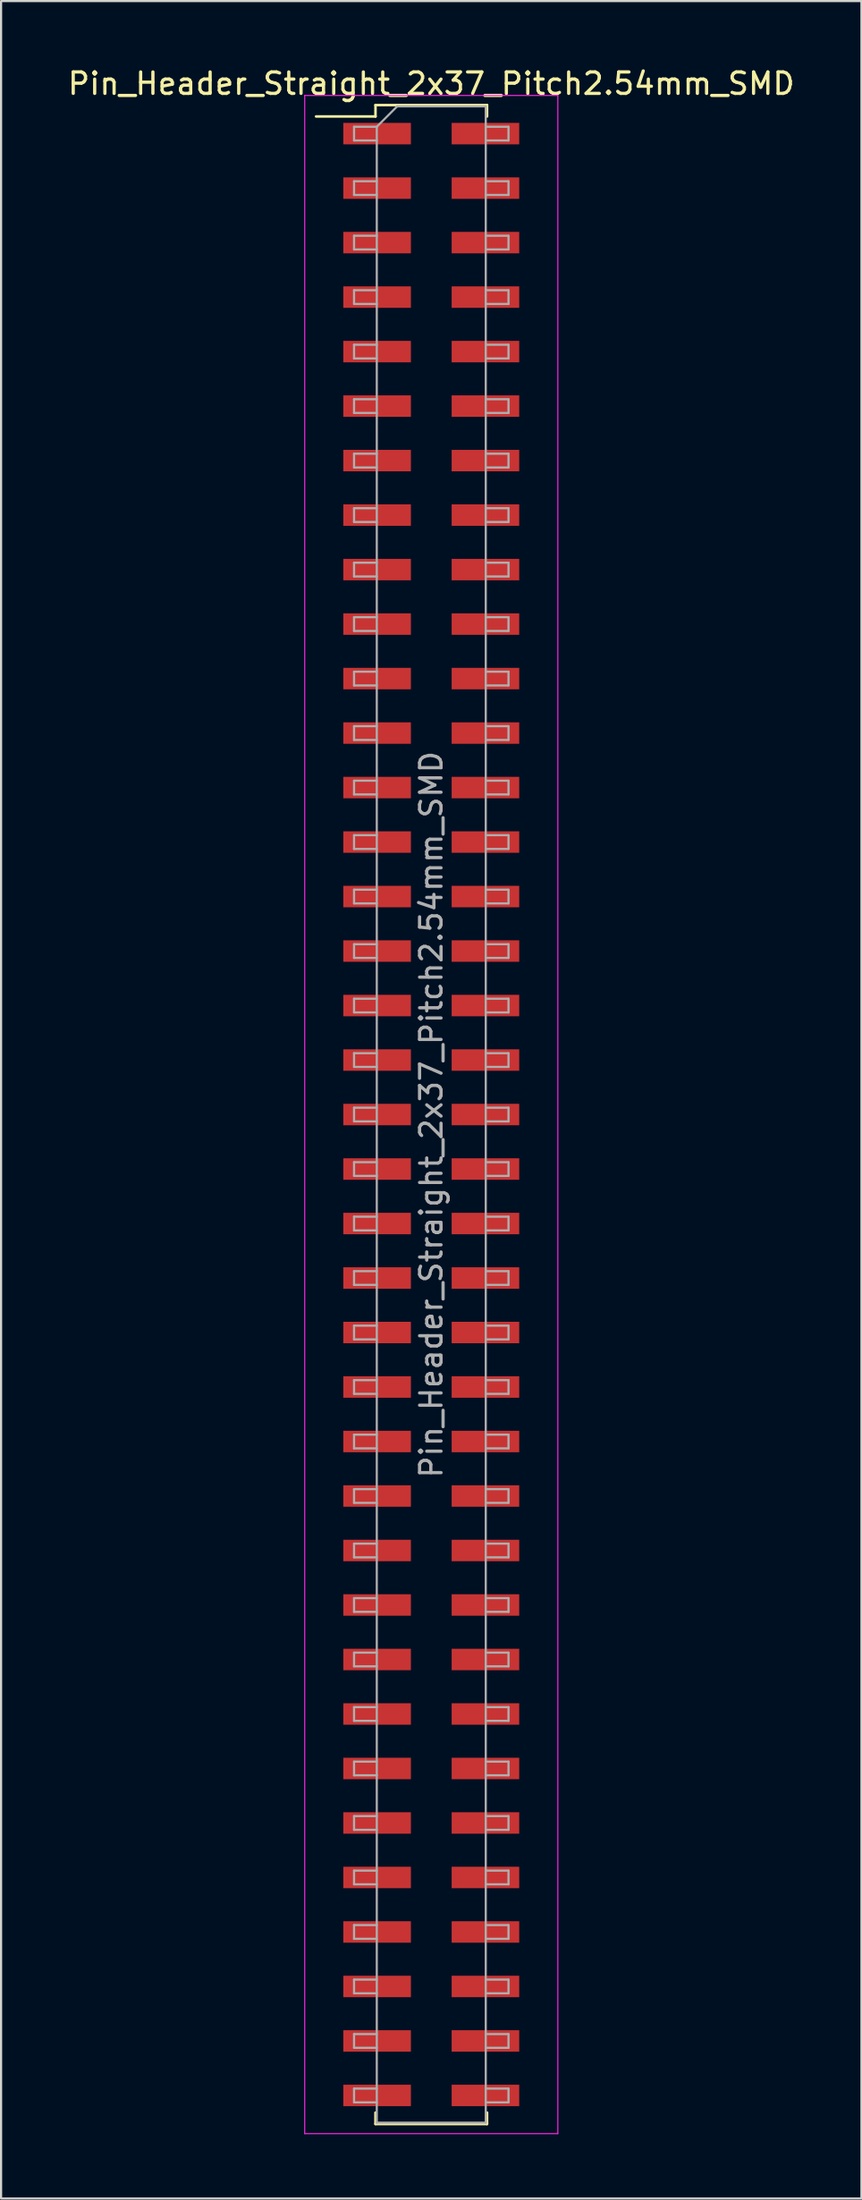
<source format=kicad_pcb>
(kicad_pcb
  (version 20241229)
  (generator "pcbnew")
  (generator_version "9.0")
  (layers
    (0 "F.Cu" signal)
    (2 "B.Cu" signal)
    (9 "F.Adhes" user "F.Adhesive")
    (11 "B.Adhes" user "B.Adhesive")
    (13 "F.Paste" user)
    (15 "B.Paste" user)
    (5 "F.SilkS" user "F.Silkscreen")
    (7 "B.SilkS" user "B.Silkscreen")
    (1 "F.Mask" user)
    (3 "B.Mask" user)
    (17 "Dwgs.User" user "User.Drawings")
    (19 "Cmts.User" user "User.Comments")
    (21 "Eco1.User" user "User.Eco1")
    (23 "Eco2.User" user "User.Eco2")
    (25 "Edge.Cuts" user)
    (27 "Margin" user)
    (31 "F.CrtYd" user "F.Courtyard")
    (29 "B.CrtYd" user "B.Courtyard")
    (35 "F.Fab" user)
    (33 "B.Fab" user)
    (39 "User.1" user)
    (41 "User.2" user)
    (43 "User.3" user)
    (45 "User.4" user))
  (footprint "Pin_Header_Straight_2x37_Pitch2.54mm_SMD"
    (layer "F.Cu")
    (at 17.054 48.898)
    (property "Reference" "Pin_Header_Straight_2x37_Pitch2.54mm_SMD" (at 0 -48.05 0) (layer "F.SilkS") (effects (font (size 1 1) (thickness 0.15))))
    (attr smd)
    (fp_line (start -5.37 -46.52) (end -2.6 -46.52) (stroke (width 0.12) (type solid)) (layer "F.SilkS"))
    (fp_line (start -2.6 -47.05) (end 2.6 -47.05) (stroke (width 0.12) (type solid)) (layer "F.SilkS"))
    (fp_line (start -2.6 -46.52) (end -2.6 -47.05) (stroke (width 0.12) (type solid)) (layer "F.SilkS"))
    (fp_line (start -2.6 46.52) (end -2.6 47.05) (stroke (width 0.12) (type solid)) (layer "F.SilkS"))
    (fp_line (start -2.6 47.05) (end 2.6 47.05) (stroke (width 0.12) (type solid)) (layer "F.SilkS"))
    (fp_line (start 2.6 -47.05) (end 2.6 -46.52) (stroke (width 0.12) (type solid)) (layer "F.SilkS"))
    (fp_line (start 2.6 47.05) (end 2.6 46.52) (stroke (width 0.12) (type solid)) (layer "F.SilkS"))
    (fp_line (start -5.9 -47.5) (end -5.9 47.5) (stroke (width 0.05) (type solid)) (layer "F.CrtYd"))
    (fp_line (start -5.9 47.5) (end 5.9 47.5) (stroke (width 0.05) (type solid)) (layer "F.CrtYd"))
    (fp_line (start 5.9 -47.5) (end -5.9 -47.5) (stroke (width 0.05) (type solid)) (layer "F.CrtYd"))
    (fp_line (start 5.9 47.5) (end 5.9 -47.5) (stroke (width 0.05) (type solid)) (layer "F.CrtYd"))
    (fp_line (start -3.6 -46.04) (end -3.6 -45.4) (stroke (width 0.1) (type solid)) (layer "F.Fab"))
    (fp_line (start -3.6 -45.4) (end -2.54 -45.4) (stroke (width 0.1) (type solid)) (layer "F.Fab"))
    (fp_line (start -3.6 -43.5) (end -3.6 -42.86) (stroke (width 0.1) (type solid)) (layer "F.Fab"))
    (fp_line (start -3.6 -42.86) (end -2.54 -42.86) (stroke (width 0.1) (type solid)) (layer "F.Fab"))
    (fp_line (start -3.6 -40.96) (end -3.6 -40.32) (stroke (width 0.1) (type solid)) (layer "F.Fab"))
    (fp_line (start -3.6 -40.32) (end -2.54 -40.32) (stroke (width 0.1) (type solid)) (layer "F.Fab"))
    (fp_line (start -3.6 -38.42) (end -3.6 -37.78) (stroke (width 0.1) (type solid)) (layer "F.Fab"))
    (fp_line (start -3.6 -37.78) (end -2.54 -37.78) (stroke (width 0.1) (type solid)) (layer "F.Fab"))
    (fp_line (start -3.6 -35.88) (end -3.6 -35.24) (stroke (width 0.1) (type solid)) (layer "F.Fab"))
    (fp_line (start -3.6 -35.24) (end -2.54 -35.24) (stroke (width 0.1) (type solid)) (layer "F.Fab"))
    (fp_line (start -3.6 -33.34) (end -3.6 -32.7) (stroke (width 0.1) (type solid)) (layer "F.Fab"))
    (fp_line (start -3.6 -32.7) (end -2.54 -32.7) (stroke (width 0.1) (type solid)) (layer "F.Fab"))
    (fp_line (start -3.6 -30.8) (end -3.6 -30.16) (stroke (width 0.1) (type solid)) (layer "F.Fab"))
    (fp_line (start -3.6 -30.16) (end -2.54 -30.16) (stroke (width 0.1) (type solid)) (layer "F.Fab"))
    (fp_line (start -3.6 -28.26) (end -3.6 -27.62) (stroke (width 0.1) (type solid)) (layer "F.Fab"))
    (fp_line (start -3.6 -27.62) (end -2.54 -27.62) (stroke (width 0.1) (type solid)) (layer "F.Fab"))
    (fp_line (start -3.6 -25.72) (end -3.6 -25.08) (stroke (width 0.1) (type solid)) (layer "F.Fab"))
    (fp_line (start -3.6 -25.08) (end -2.54 -25.08) (stroke (width 0.1) (type solid)) (layer "F.Fab"))
    (fp_line (start -3.6 -23.18) (end -3.6 -22.54) (stroke (width 0.1) (type solid)) (layer "F.Fab"))
    (fp_line (start -3.6 -22.54) (end -2.54 -22.54) (stroke (width 0.1) (type solid)) (layer "F.Fab"))
    (fp_line (start -3.6 -20.64) (end -3.6 -20) (stroke (width 0.1) (type solid)) (layer "F.Fab"))
    (fp_line (start -3.6 -20) (end -2.54 -20) (stroke (width 0.1) (type solid)) (layer "F.Fab"))
    (fp_line (start -3.6 -18.1) (end -3.6 -17.46) (stroke (width 0.1) (type solid)) (layer "F.Fab"))
    (fp_line (start -3.6 -17.46) (end -2.54 -17.46) (stroke (width 0.1) (type solid)) (layer "F.Fab"))
    (fp_line (start -3.6 -15.56) (end -3.6 -14.92) (stroke (width 0.1) (type solid)) (layer "F.Fab"))
    (fp_line (start -3.6 -14.92) (end -2.54 -14.92) (stroke (width 0.1) (type solid)) (layer "F.Fab"))
    (fp_line (start -3.6 -13.02) (end -3.6 -12.38) (stroke (width 0.1) (type solid)) (layer "F.Fab"))
    (fp_line (start -3.6 -12.38) (end -2.54 -12.38) (stroke (width 0.1) (type solid)) (layer "F.Fab"))
    (fp_line (start -3.6 -10.48) (end -3.6 -9.84) (stroke (width 0.1) (type solid)) (layer "F.Fab"))
    (fp_line (start -3.6 -9.84) (end -2.54 -9.84) (stroke (width 0.1) (type solid)) (layer "F.Fab"))
    (fp_line (start -3.6 -7.94) (end -3.6 -7.3) (stroke (width 0.1) (type solid)) (layer "F.Fab"))
    (fp_line (start -3.6 -7.3) (end -2.54 -7.3) (stroke (width 0.1) (type solid)) (layer "F.Fab"))
    (fp_line (start -3.6 -5.4) (end -3.6 -4.76) (stroke (width 0.1) (type solid)) (layer "F.Fab"))
    (fp_line (start -3.6 -4.76) (end -2.54 -4.76) (stroke (width 0.1) (type solid)) (layer "F.Fab"))
    (fp_line (start -3.6 -2.86) (end -3.6 -2.22) (stroke (width 0.1) (type solid)) (layer "F.Fab"))
    (fp_line (start -3.6 -2.22) (end -2.54 -2.22) (stroke (width 0.1) (type solid)) (layer "F.Fab"))
    (fp_line (start -3.6 -0.32) (end -3.6 0.32) (stroke (width 0.1) (type solid)) (layer "F.Fab"))
    (fp_line (start -3.6 0.32) (end -2.54 0.32) (stroke (width 0.1) (type solid)) (layer "F.Fab"))
    (fp_line (start -3.6 2.22) (end -3.6 2.86) (stroke (width 0.1) (type solid)) (layer "F.Fab"))
    (fp_line (start -3.6 2.86) (end -2.54 2.86) (stroke (width 0.1) (type solid)) (layer "F.Fab"))
    (fp_line (start -3.6 4.76) (end -3.6 5.4) (stroke (width 0.1) (type solid)) (layer "F.Fab"))
    (fp_line (start -3.6 5.4) (end -2.54 5.4) (stroke (width 0.1) (type solid)) (layer "F.Fab"))
    (fp_line (start -3.6 7.3) (end -3.6 7.94) (stroke (width 0.1) (type solid)) (layer "F.Fab"))
    (fp_line (start -3.6 7.94) (end -2.54 7.94) (stroke (width 0.1) (type solid)) (layer "F.Fab"))
    (fp_line (start -3.6 9.84) (end -3.6 10.48) (stroke (width 0.1) (type solid)) (layer "F.Fab"))
    (fp_line (start -3.6 10.48) (end -2.54 10.48) (stroke (width 0.1) (type solid)) (layer "F.Fab"))
    (fp_line (start -3.6 12.38) (end -3.6 13.02) (stroke (width 0.1) (type solid)) (layer "F.Fab"))
    (fp_line (start -3.6 13.02) (end -2.54 13.02) (stroke (width 0.1) (type solid)) (layer "F.Fab"))
    (fp_line (start -3.6 14.92) (end -3.6 15.56) (stroke (width 0.1) (type solid)) (layer "F.Fab"))
    (fp_line (start -3.6 15.56) (end -2.54 15.56) (stroke (width 0.1) (type solid)) (layer "F.Fab"))
    (fp_line (start -3.6 17.46) (end -3.6 18.1) (stroke (width 0.1) (type solid)) (layer "F.Fab"))
    (fp_line (start -3.6 18.1) (end -2.54 18.1) (stroke (width 0.1) (type solid)) (layer "F.Fab"))
    (fp_line (start -3.6 20) (end -3.6 20.64) (stroke (width 0.1) (type solid)) (layer "F.Fab"))
    (fp_line (start -3.6 20.64) (end -2.54 20.64) (stroke (width 0.1) (type solid)) (layer "F.Fab"))
    (fp_line (start -3.6 22.54) (end -3.6 23.18) (stroke (width 0.1) (type solid)) (layer "F.Fab"))
    (fp_line (start -3.6 23.18) (end -2.54 23.18) (stroke (width 0.1) (type solid)) (layer "F.Fab"))
    (fp_line (start -3.6 25.08) (end -3.6 25.72) (stroke (width 0.1) (type solid)) (layer "F.Fab"))
    (fp_line (start -3.6 25.72) (end -2.54 25.72) (stroke (width 0.1) (type solid)) (layer "F.Fab"))
    (fp_line (start -3.6 27.62) (end -3.6 28.26) (stroke (width 0.1) (type solid)) (layer "F.Fab"))
    (fp_line (start -3.6 28.26) (end -2.54 28.26) (stroke (width 0.1) (type solid)) (layer "F.Fab"))
    (fp_line (start -3.6 30.16) (end -3.6 30.8) (stroke (width 0.1) (type solid)) (layer "F.Fab"))
    (fp_line (start -3.6 30.8) (end -2.54 30.8) (stroke (width 0.1) (type solid)) (layer "F.Fab"))
    (fp_line (start -3.6 32.7) (end -3.6 33.34) (stroke (width 0.1) (type solid)) (layer "F.Fab"))
    (fp_line (start -3.6 33.34) (end -2.54 33.34) (stroke (width 0.1) (type solid)) (layer "F.Fab"))
    (fp_line (start -3.6 35.24) (end -3.6 35.88) (stroke (width 0.1) (type solid)) (layer "F.Fab"))
    (fp_line (start -3.6 35.88) (end -2.54 35.88) (stroke (width 0.1) (type solid)) (layer "F.Fab"))
    (fp_line (start -3.6 37.78) (end -3.6 38.42) (stroke (width 0.1) (type solid)) (layer "F.Fab"))
    (fp_line (start -3.6 38.42) (end -2.54 38.42) (stroke (width 0.1) (type solid)) (layer "F.Fab"))
    (fp_line (start -3.6 40.32) (end -3.6 40.96) (stroke (width 0.1) (type solid)) (layer "F.Fab"))
    (fp_line (start -3.6 40.96) (end -2.54 40.96) (stroke (width 0.1) (type solid)) (layer "F.Fab"))
    (fp_line (start -3.6 42.86) (end -3.6 43.5) (stroke (width 0.1) (type solid)) (layer "F.Fab"))
    (fp_line (start -3.6 43.5) (end -2.54 43.5) (stroke (width 0.1) (type solid)) (layer "F.Fab"))
    (fp_line (start -3.6 45.4) (end -3.6 46.04) (stroke (width 0.1) (type solid)) (layer "F.Fab"))
    (fp_line (start -3.6 46.04) (end -2.54 46.04) (stroke (width 0.1) (type solid)) (layer "F.Fab"))
    (fp_line (start -2.54 -46.04) (end -3.6 -46.04) (stroke (width 0.1) (type solid)) (layer "F.Fab"))
    (fp_line (start -2.54 -46.04) (end -1.59 -46.99) (stroke (width 0.1) (type solid)) (layer "F.Fab"))
    (fp_line (start -2.54 -43.5) (end -3.6 -43.5) (stroke (width 0.1) (type solid)) (layer "F.Fab"))
    (fp_line (start -2.54 -40.96) (end -3.6 -40.96) (stroke (width 0.1) (type solid)) (layer "F.Fab"))
    (fp_line (start -2.54 -38.42) (end -3.6 -38.42) (stroke (width 0.1) (type solid)) (layer "F.Fab"))
    (fp_line (start -2.54 -35.88) (end -3.6 -35.88) (stroke (width 0.1) (type solid)) (layer "F.Fab"))
    (fp_line (start -2.54 -33.34) (end -3.6 -33.34) (stroke (width 0.1) (type solid)) (layer "F.Fab"))
    (fp_line (start -2.54 -30.8) (end -3.6 -30.8) (stroke (width 0.1) (type solid)) (layer "F.Fab"))
    (fp_line (start -2.54 -28.26) (end -3.6 -28.26) (stroke (width 0.1) (type solid)) (layer "F.Fab"))
    (fp_line (start -2.54 -25.72) (end -3.6 -25.72) (stroke (width 0.1) (type solid)) (layer "F.Fab"))
    (fp_line (start -2.54 -23.18) (end -3.6 -23.18) (stroke (width 0.1) (type solid)) (layer "F.Fab"))
    (fp_line (start -2.54 -20.64) (end -3.6 -20.64) (stroke (width 0.1) (type solid)) (layer "F.Fab"))
    (fp_line (start -2.54 -18.1) (end -3.6 -18.1) (stroke (width 0.1) (type solid)) (layer "F.Fab"))
    (fp_line (start -2.54 -15.56) (end -3.6 -15.56) (stroke (width 0.1) (type solid)) (layer "F.Fab"))
    (fp_line (start -2.54 -13.02) (end -3.6 -13.02) (stroke (width 0.1) (type solid)) (layer "F.Fab"))
    (fp_line (start -2.54 -10.48) (end -3.6 -10.48) (stroke (width 0.1) (type solid)) (layer "F.Fab"))
    (fp_line (start -2.54 -7.94) (end -3.6 -7.94) (stroke (width 0.1) (type solid)) (layer "F.Fab"))
    (fp_line (start -2.54 -5.4) (end -3.6 -5.4) (stroke (width 0.1) (type solid)) (layer "F.Fab"))
    (fp_line (start -2.54 -2.86) (end -3.6 -2.86) (stroke (width 0.1) (type solid)) (layer "F.Fab"))
    (fp_line (start -2.54 -0.32) (end -3.6 -0.32) (stroke (width 0.1) (type solid)) (layer "F.Fab"))
    (fp_line (start -2.54 2.22) (end -3.6 2.22) (stroke (width 0.1) (type solid)) (layer "F.Fab"))
    (fp_line (start -2.54 4.76) (end -3.6 4.76) (stroke (width 0.1) (type solid)) (layer "F.Fab"))
    (fp_line (start -2.54 7.3) (end -3.6 7.3) (stroke (width 0.1) (type solid)) (layer "F.Fab"))
    (fp_line (start -2.54 9.84) (end -3.6 9.84) (stroke (width 0.1) (type solid)) (layer "F.Fab"))
    (fp_line (start -2.54 12.38) (end -3.6 12.38) (stroke (width 0.1) (type solid)) (layer "F.Fab"))
    (fp_line (start -2.54 14.92) (end -3.6 14.92) (stroke (width 0.1) (type solid)) (layer "F.Fab"))
    (fp_line (start -2.54 17.46) (end -3.6 17.46) (stroke (width 0.1) (type solid)) (layer "F.Fab"))
    (fp_line (start -2.54 20) (end -3.6 20) (stroke (width 0.1) (type solid)) (layer "F.Fab"))
    (fp_line (start -2.54 22.54) (end -3.6 22.54) (stroke (width 0.1) (type solid)) (layer "F.Fab"))
    (fp_line (start -2.54 25.08) (end -3.6 25.08) (stroke (width 0.1) (type solid)) (layer "F.Fab"))
    (fp_line (start -2.54 27.62) (end -3.6 27.62) (stroke (width 0.1) (type solid)) (layer "F.Fab"))
    (fp_line (start -2.54 30.16) (end -3.6 30.16) (stroke (width 0.1) (type solid)) (layer "F.Fab"))
    (fp_line (start -2.54 32.7) (end -3.6 32.7) (stroke (width 0.1) (type solid)) (layer "F.Fab"))
    (fp_line (start -2.54 35.24) (end -3.6 35.24) (stroke (width 0.1) (type solid)) (layer "F.Fab"))
    (fp_line (start -2.54 37.78) (end -3.6 37.78) (stroke (width 0.1) (type solid)) (layer "F.Fab"))
    (fp_line (start -2.54 40.32) (end -3.6 40.32) (stroke (width 0.1) (type solid)) (layer "F.Fab"))
    (fp_line (start -2.54 42.86) (end -3.6 42.86) (stroke (width 0.1) (type solid)) (layer "F.Fab"))
    (fp_line (start -2.54 45.4) (end -3.6 45.4) (stroke (width 0.1) (type solid)) (layer "F.Fab"))
    (fp_line (start -2.54 46.99) (end -2.54 -46.04) (stroke (width 0.1) (type solid)) (layer "F.Fab"))
    (fp_line (start -1.59 -46.99) (end 2.54 -46.99) (stroke (width 0.1) (type solid)) (layer "F.Fab"))
    (fp_line (start 2.54 -46.99) (end 2.54 46.99) (stroke (width 0.1) (type solid)) (layer "F.Fab"))
    (fp_line (start 2.54 -46.04) (end 3.6 -46.04) (stroke (width 0.1) (type solid)) (layer "F.Fab"))
    (fp_line (start 2.54 -43.5) (end 3.6 -43.5) (stroke (width 0.1) (type solid)) (layer "F.Fab"))
    (fp_line (start 2.54 -40.96) (end 3.6 -40.96) (stroke (width 0.1) (type solid)) (layer "F.Fab"))
    (fp_line (start 2.54 -38.42) (end 3.6 -38.42) (stroke (width 0.1) (type solid)) (layer "F.Fab"))
    (fp_line (start 2.54 -35.88) (end 3.6 -35.88) (stroke (width 0.1) (type solid)) (layer "F.Fab"))
    (fp_line (start 2.54 -33.34) (end 3.6 -33.34) (stroke (width 0.1) (type solid)) (layer "F.Fab"))
    (fp_line (start 2.54 -30.8) (end 3.6 -30.8) (stroke (width 0.1) (type solid)) (layer "F.Fab"))
    (fp_line (start 2.54 -28.26) (end 3.6 -28.26) (stroke (width 0.1) (type solid)) (layer "F.Fab"))
    (fp_line (start 2.54 -25.72) (end 3.6 -25.72) (stroke (width 0.1) (type solid)) (layer "F.Fab"))
    (fp_line (start 2.54 -23.18) (end 3.6 -23.18) (stroke (width 0.1) (type solid)) (layer "F.Fab"))
    (fp_line (start 2.54 -20.64) (end 3.6 -20.64) (stroke (width 0.1) (type solid)) (layer "F.Fab"))
    (fp_line (start 2.54 -18.1) (end 3.6 -18.1) (stroke (width 0.1) (type solid)) (layer "F.Fab"))
    (fp_line (start 2.54 -15.56) (end 3.6 -15.56) (stroke (width 0.1) (type solid)) (layer "F.Fab"))
    (fp_line (start 2.54 -13.02) (end 3.6 -13.02) (stroke (width 0.1) (type solid)) (layer "F.Fab"))
    (fp_line (start 2.54 -10.48) (end 3.6 -10.48) (stroke (width 0.1) (type solid)) (layer "F.Fab"))
    (fp_line (start 2.54 -7.94) (end 3.6 -7.94) (stroke (width 0.1) (type solid)) (layer "F.Fab"))
    (fp_line (start 2.54 -5.4) (end 3.6 -5.4) (stroke (width 0.1) (type solid)) (layer "F.Fab"))
    (fp_line (start 2.54 -2.86) (end 3.6 -2.86) (stroke (width 0.1) (type solid)) (layer "F.Fab"))
    (fp_line (start 2.54 -0.32) (end 3.6 -0.32) (stroke (width 0.1) (type solid)) (layer "F.Fab"))
    (fp_line (start 2.54 2.22) (end 3.6 2.22) (stroke (width 0.1) (type solid)) (layer "F.Fab"))
    (fp_line (start 2.54 4.76) (end 3.6 4.76) (stroke (width 0.1) (type solid)) (layer "F.Fab"))
    (fp_line (start 2.54 7.3) (end 3.6 7.3) (stroke (width 0.1) (type solid)) (layer "F.Fab"))
    (fp_line (start 2.54 9.84) (end 3.6 9.84) (stroke (width 0.1) (type solid)) (layer "F.Fab"))
    (fp_line (start 2.54 12.38) (end 3.6 12.38) (stroke (width 0.1) (type solid)) (layer "F.Fab"))
    (fp_line (start 2.54 14.92) (end 3.6 14.92) (stroke (width 0.1) (type solid)) (layer "F.Fab"))
    (fp_line (start 2.54 17.46) (end 3.6 17.46) (stroke (width 0.1) (type solid)) (layer "F.Fab"))
    (fp_line (start 2.54 20) (end 3.6 20) (stroke (width 0.1) (type solid)) (layer "F.Fab"))
    (fp_line (start 2.54 22.54) (end 3.6 22.54) (stroke (width 0.1) (type solid)) (layer "F.Fab"))
    (fp_line (start 2.54 25.08) (end 3.6 25.08) (stroke (width 0.1) (type solid)) (layer "F.Fab"))
    (fp_line (start 2.54 27.62) (end 3.6 27.62) (stroke (width 0.1) (type solid)) (layer "F.Fab"))
    (fp_line (start 2.54 30.16) (end 3.6 30.16) (stroke (width 0.1) (type solid)) (layer "F.Fab"))
    (fp_line (start 2.54 32.7) (end 3.6 32.7) (stroke (width 0.1) (type solid)) (layer "F.Fab"))
    (fp_line (start 2.54 35.24) (end 3.6 35.24) (stroke (width 0.1) (type solid)) (layer "F.Fab"))
    (fp_line (start 2.54 37.78) (end 3.6 37.78) (stroke (width 0.1) (type solid)) (layer "F.Fab"))
    (fp_line (start 2.54 40.32) (end 3.6 40.32) (stroke (width 0.1) (type solid)) (layer "F.Fab"))
    (fp_line (start 2.54 42.86) (end 3.6 42.86) (stroke (width 0.1) (type solid)) (layer "F.Fab"))
    (fp_line (start 2.54 45.4) (end 3.6 45.4) (stroke (width 0.1) (type solid)) (layer "F.Fab"))
    (fp_line (start 2.54 46.99) (end -2.54 46.99) (stroke (width 0.1) (type solid)) (layer "F.Fab"))
    (fp_line (start 3.6 -46.04) (end 3.6 -45.4) (stroke (width 0.1) (type solid)) (layer "F.Fab"))
    (fp_line (start 3.6 -45.4) (end 2.54 -45.4) (stroke (width 0.1) (type solid)) (layer "F.Fab"))
    (fp_line (start 3.6 -43.5) (end 3.6 -42.86) (stroke (width 0.1) (type solid)) (layer "F.Fab"))
    (fp_line (start 3.6 -42.86) (end 2.54 -42.86) (stroke (width 0.1) (type solid)) (layer "F.Fab"))
    (fp_line (start 3.6 -40.96) (end 3.6 -40.32) (stroke (width 0.1) (type solid)) (layer "F.Fab"))
    (fp_line (start 3.6 -40.32) (end 2.54 -40.32) (stroke (width 0.1) (type solid)) (layer "F.Fab"))
    (fp_line (start 3.6 -38.42) (end 3.6 -37.78) (stroke (width 0.1) (type solid)) (layer "F.Fab"))
    (fp_line (start 3.6 -37.78) (end 2.54 -37.78) (stroke (width 0.1) (type solid)) (layer "F.Fab"))
    (fp_line (start 3.6 -35.88) (end 3.6 -35.24) (stroke (width 0.1) (type solid)) (layer "F.Fab"))
    (fp_line (start 3.6 -35.24) (end 2.54 -35.24) (stroke (width 0.1) (type solid)) (layer "F.Fab"))
    (fp_line (start 3.6 -33.34) (end 3.6 -32.7) (stroke (width 0.1) (type solid)) (layer "F.Fab"))
    (fp_line (start 3.6 -32.7) (end 2.54 -32.7) (stroke (width 0.1) (type solid)) (layer "F.Fab"))
    (fp_line (start 3.6 -30.8) (end 3.6 -30.16) (stroke (width 0.1) (type solid)) (layer "F.Fab"))
    (fp_line (start 3.6 -30.16) (end 2.54 -30.16) (stroke (width 0.1) (type solid)) (layer "F.Fab"))
    (fp_line (start 3.6 -28.26) (end 3.6 -27.62) (stroke (width 0.1) (type solid)) (layer "F.Fab"))
    (fp_line (start 3.6 -27.62) (end 2.54 -27.62) (stroke (width 0.1) (type solid)) (layer "F.Fab"))
    (fp_line (start 3.6 -25.72) (end 3.6 -25.08) (stroke (width 0.1) (type solid)) (layer "F.Fab"))
    (fp_line (start 3.6 -25.08) (end 2.54 -25.08) (stroke (width 0.1) (type solid)) (layer "F.Fab"))
    (fp_line (start 3.6 -23.18) (end 3.6 -22.54) (stroke (width 0.1) (type solid)) (layer "F.Fab"))
    (fp_line (start 3.6 -22.54) (end 2.54 -22.54) (stroke (width 0.1) (type solid)) (layer "F.Fab"))
    (fp_line (start 3.6 -20.64) (end 3.6 -20) (stroke (width 0.1) (type solid)) (layer "F.Fab"))
    (fp_line (start 3.6 -20) (end 2.54 -20) (stroke (width 0.1) (type solid)) (layer "F.Fab"))
    (fp_line (start 3.6 -18.1) (end 3.6 -17.46) (stroke (width 0.1) (type solid)) (layer "F.Fab"))
    (fp_line (start 3.6 -17.46) (end 2.54 -17.46) (stroke (width 0.1) (type solid)) (layer "F.Fab"))
    (fp_line (start 3.6 -15.56) (end 3.6 -14.92) (stroke (width 0.1) (type solid)) (layer "F.Fab"))
    (fp_line (start 3.6 -14.92) (end 2.54 -14.92) (stroke (width 0.1) (type solid)) (layer "F.Fab"))
    (fp_line (start 3.6 -13.02) (end 3.6 -12.38) (stroke (width 0.1) (type solid)) (layer "F.Fab"))
    (fp_line (start 3.6 -12.38) (end 2.54 -12.38) (stroke (width 0.1) (type solid)) (layer "F.Fab"))
    (fp_line (start 3.6 -10.48) (end 3.6 -9.84) (stroke (width 0.1) (type solid)) (layer "F.Fab"))
    (fp_line (start 3.6 -9.84) (end 2.54 -9.84) (stroke (width 0.1) (type solid)) (layer "F.Fab"))
    (fp_line (start 3.6 -7.94) (end 3.6 -7.3) (stroke (width 0.1) (type solid)) (layer "F.Fab"))
    (fp_line (start 3.6 -7.3) (end 2.54 -7.3) (stroke (width 0.1) (type solid)) (layer "F.Fab"))
    (fp_line (start 3.6 -5.4) (end 3.6 -4.76) (stroke (width 0.1) (type solid)) (layer "F.Fab"))
    (fp_line (start 3.6 -4.76) (end 2.54 -4.76) (stroke (width 0.1) (type solid)) (layer "F.Fab"))
    (fp_line (start 3.6 -2.86) (end 3.6 -2.22) (stroke (width 0.1) (type solid)) (layer "F.Fab"))
    (fp_line (start 3.6 -2.22) (end 2.54 -2.22) (stroke (width 0.1) (type solid)) (layer "F.Fab"))
    (fp_line (start 3.6 -0.32) (end 3.6 0.32) (stroke (width 0.1) (type solid)) (layer "F.Fab"))
    (fp_line (start 3.6 0.32) (end 2.54 0.32) (stroke (width 0.1) (type solid)) (layer "F.Fab"))
    (fp_line (start 3.6 2.22) (end 3.6 2.86) (stroke (width 0.1) (type solid)) (layer "F.Fab"))
    (fp_line (start 3.6 2.86) (end 2.54 2.86) (stroke (width 0.1) (type solid)) (layer "F.Fab"))
    (fp_line (start 3.6 4.76) (end 3.6 5.4) (stroke (width 0.1) (type solid)) (layer "F.Fab"))
    (fp_line (start 3.6 5.4) (end 2.54 5.4) (stroke (width 0.1) (type solid)) (layer "F.Fab"))
    (fp_line (start 3.6 7.3) (end 3.6 7.94) (stroke (width 0.1) (type solid)) (layer "F.Fab"))
    (fp_line (start 3.6 7.94) (end 2.54 7.94) (stroke (width 0.1) (type solid)) (layer "F.Fab"))
    (fp_line (start 3.6 9.84) (end 3.6 10.48) (stroke (width 0.1) (type solid)) (layer "F.Fab"))
    (fp_line (start 3.6 10.48) (end 2.54 10.48) (stroke (width 0.1) (type solid)) (layer "F.Fab"))
    (fp_line (start 3.6 12.38) (end 3.6 13.02) (stroke (width 0.1) (type solid)) (layer "F.Fab"))
    (fp_line (start 3.6 13.02) (end 2.54 13.02) (stroke (width 0.1) (type solid)) (layer "F.Fab"))
    (fp_line (start 3.6 14.92) (end 3.6 15.56) (stroke (width 0.1) (type solid)) (layer "F.Fab"))
    (fp_line (start 3.6 15.56) (end 2.54 15.56) (stroke (width 0.1) (type solid)) (layer "F.Fab"))
    (fp_line (start 3.6 17.46) (end 3.6 18.1) (stroke (width 0.1) (type solid)) (layer "F.Fab"))
    (fp_line (start 3.6 18.1) (end 2.54 18.1) (stroke (width 0.1) (type solid)) (layer "F.Fab"))
    (fp_line (start 3.6 20) (end 3.6 20.64) (stroke (width 0.1) (type solid)) (layer "F.Fab"))
    (fp_line (start 3.6 20.64) (end 2.54 20.64) (stroke (width 0.1) (type solid)) (layer "F.Fab"))
    (fp_line (start 3.6 22.54) (end 3.6 23.18) (stroke (width 0.1) (type solid)) (layer "F.Fab"))
    (fp_line (start 3.6 23.18) (end 2.54 23.18) (stroke (width 0.1) (type solid)) (layer "F.Fab"))
    (fp_line (start 3.6 25.08) (end 3.6 25.72) (stroke (width 0.1) (type solid)) (layer "F.Fab"))
    (fp_line (start 3.6 25.72) (end 2.54 25.72) (stroke (width 0.1) (type solid)) (layer "F.Fab"))
    (fp_line (start 3.6 27.62) (end 3.6 28.26) (stroke (width 0.1) (type solid)) (layer "F.Fab"))
    (fp_line (start 3.6 28.26) (end 2.54 28.26) (stroke (width 0.1) (type solid)) (layer "F.Fab"))
    (fp_line (start 3.6 30.16) (end 3.6 30.8) (stroke (width 0.1) (type solid)) (layer "F.Fab"))
    (fp_line (start 3.6 30.8) (end 2.54 30.8) (stroke (width 0.1) (type solid)) (layer "F.Fab"))
    (fp_line (start 3.6 32.7) (end 3.6 33.34) (stroke (width 0.1) (type solid)) (layer "F.Fab"))
    (fp_line (start 3.6 33.34) (end 2.54 33.34) (stroke (width 0.1) (type solid)) (layer "F.Fab"))
    (fp_line (start 3.6 35.24) (end 3.6 35.88) (stroke (width 0.1) (type solid)) (layer "F.Fab"))
    (fp_line (start 3.6 35.88) (end 2.54 35.88) (stroke (width 0.1) (type solid)) (layer "F.Fab"))
    (fp_line (start 3.6 37.78) (end 3.6 38.42) (stroke (width 0.1) (type solid)) (layer "F.Fab"))
    (fp_line (start 3.6 38.42) (end 2.54 38.42) (stroke (width 0.1) (type solid)) (layer "F.Fab"))
    (fp_line (start 3.6 40.32) (end 3.6 40.96) (stroke (width 0.1) (type solid)) (layer "F.Fab"))
    (fp_line (start 3.6 40.96) (end 2.54 40.96) (stroke (width 0.1) (type solid)) (layer "F.Fab"))
    (fp_line (start 3.6 42.86) (end 3.6 43.5) (stroke (width 0.1) (type solid)) (layer "F.Fab"))
    (fp_line (start 3.6 43.5) (end 2.54 43.5) (stroke (width 0.1) (type solid)) (layer "F.Fab"))
    (fp_line (start 3.6 45.4) (end 3.6 46.04) (stroke (width 0.1) (type solid)) (layer "F.Fab"))
    (fp_line (start 3.6 46.04) (end 2.54 46.04) (stroke (width 0.1) (type solid)) (layer "F.Fab"))
    (fp_text user "${REFERENCE}" (at 0 0 90) (layer "F.Fab") (effects (font (size 1 1) (thickness 0.15))))
    (pad "1" smd rect (at -2.525 -45.72) (size 3.15 1) (layers "F.Cu" "F.Mask" "F.Paste"))
    (pad "2" smd rect (at 2.525 -45.72) (size 3.15 1) (layers "F.Cu" "F.Mask" "F.Paste"))
    (pad "3" smd rect (at -2.525 -43.18) (size 3.15 1) (layers "F.Cu" "F.Mask" "F.Paste"))
    (pad "4" smd rect (at 2.525 -43.18) (size 3.15 1) (layers "F.Cu" "F.Mask" "F.Paste"))
    (pad "5" smd rect (at -2.525 -40.64) (size 3.15 1) (layers "F.Cu" "F.Mask" "F.Paste"))
    (pad "6" smd rect (at 2.525 -40.64) (size 3.15 1) (layers "F.Cu" "F.Mask" "F.Paste"))
    (pad "7" smd rect (at -2.525 -38.1) (size 3.15 1) (layers "F.Cu" "F.Mask" "F.Paste"))
    (pad "8" smd rect (at 2.525 -38.1) (size 3.15 1) (layers "F.Cu" "F.Mask" "F.Paste"))
    (pad "9" smd rect (at -2.525 -35.56) (size 3.15 1) (layers "F.Cu" "F.Mask" "F.Paste"))
    (pad "10" smd rect (at 2.525 -35.56) (size 3.15 1) (layers "F.Cu" "F.Mask" "F.Paste"))
    (pad "11" smd rect (at -2.525 -33.02) (size 3.15 1) (layers "F.Cu" "F.Mask" "F.Paste"))
    (pad "12" smd rect (at 2.525 -33.02) (size 3.15 1) (layers "F.Cu" "F.Mask" "F.Paste"))
    (pad "13" smd rect (at -2.525 -30.48) (size 3.15 1) (layers "F.Cu" "F.Mask" "F.Paste"))
    (pad "14" smd rect (at 2.525 -30.48) (size 3.15 1) (layers "F.Cu" "F.Mask" "F.Paste"))
    (pad "15" smd rect (at -2.525 -27.94) (size 3.15 1) (layers "F.Cu" "F.Mask" "F.Paste"))
    (pad "16" smd rect (at 2.525 -27.94) (size 3.15 1) (layers "F.Cu" "F.Mask" "F.Paste"))
    (pad "17" smd rect (at -2.525 -25.4) (size 3.15 1) (layers "F.Cu" "F.Mask" "F.Paste"))
    (pad "18" smd rect (at 2.525 -25.4) (size 3.15 1) (layers "F.Cu" "F.Mask" "F.Paste"))
    (pad "19" smd rect (at -2.525 -22.86) (size 3.15 1) (layers "F.Cu" "F.Mask" "F.Paste"))
    (pad "20" smd rect (at 2.525 -22.86) (size 3.15 1) (layers "F.Cu" "F.Mask" "F.Paste"))
    (pad "21" smd rect (at -2.525 -20.32) (size 3.15 1) (layers "F.Cu" "F.Mask" "F.Paste"))
    (pad "22" smd rect (at 2.525 -20.32) (size 3.15 1) (layers "F.Cu" "F.Mask" "F.Paste"))
    (pad "23" smd rect (at -2.525 -17.78) (size 3.15 1) (layers "F.Cu" "F.Mask" "F.Paste"))
    (pad "24" smd rect (at 2.525 -17.78) (size 3.15 1) (layers "F.Cu" "F.Mask" "F.Paste"))
    (pad "25" smd rect (at -2.525 -15.24) (size 3.15 1) (layers "F.Cu" "F.Mask" "F.Paste"))
    (pad "26" smd rect (at 2.525 -15.24) (size 3.15 1) (layers "F.Cu" "F.Mask" "F.Paste"))
    (pad "27" smd rect (at -2.525 -12.7) (size 3.15 1) (layers "F.Cu" "F.Mask" "F.Paste"))
    (pad "28" smd rect (at 2.525 -12.7) (size 3.15 1) (layers "F.Cu" "F.Mask" "F.Paste"))
    (pad "29" smd rect (at -2.525 -10.16) (size 3.15 1) (layers "F.Cu" "F.Mask" "F.Paste"))
    (pad "30" smd rect (at 2.525 -10.16) (size 3.15 1) (layers "F.Cu" "F.Mask" "F.Paste"))
    (pad "31" smd rect (at -2.525 -7.62) (size 3.15 1) (layers "F.Cu" "F.Mask" "F.Paste"))
    (pad "32" smd rect (at 2.525 -7.62) (size 3.15 1) (layers "F.Cu" "F.Mask" "F.Paste"))
    (pad "33" smd rect (at -2.525 -5.08) (size 3.15 1) (layers "F.Cu" "F.Mask" "F.Paste"))
    (pad "34" smd rect (at 2.525 -5.08) (size 3.15 1) (layers "F.Cu" "F.Mask" "F.Paste"))
    (pad "35" smd rect (at -2.525 -2.54) (size 3.15 1) (layers "F.Cu" "F.Mask" "F.Paste"))
    (pad "36" smd rect (at 2.525 -2.54) (size 3.15 1) (layers "F.Cu" "F.Mask" "F.Paste"))
    (pad "37" smd rect (at -2.525 0) (size 3.15 1) (layers "F.Cu" "F.Mask" "F.Paste"))
    (pad "38" smd rect (at 2.525 0) (size 3.15 1) (layers "F.Cu" "F.Mask" "F.Paste"))
    (pad "39" smd rect (at -2.525 2.54) (size 3.15 1) (layers "F.Cu" "F.Mask" "F.Paste"))
    (pad "40" smd rect (at 2.525 2.54) (size 3.15 1) (layers "F.Cu" "F.Mask" "F.Paste"))
    (pad "41" smd rect (at -2.525 5.08) (size 3.15 1) (layers "F.Cu" "F.Mask" "F.Paste"))
    (pad "42" smd rect (at 2.525 5.08) (size 3.15 1) (layers "F.Cu" "F.Mask" "F.Paste"))
    (pad "43" smd rect (at -2.525 7.62) (size 3.15 1) (layers "F.Cu" "F.Mask" "F.Paste"))
    (pad "44" smd rect (at 2.525 7.62) (size 3.15 1) (layers "F.Cu" "F.Mask" "F.Paste"))
    (pad "45" smd rect (at -2.525 10.16) (size 3.15 1) (layers "F.Cu" "F.Mask" "F.Paste"))
    (pad "46" smd rect (at 2.525 10.16) (size 3.15 1) (layers "F.Cu" "F.Mask" "F.Paste"))
    (pad "47" smd rect (at -2.525 12.7) (size 3.15 1) (layers "F.Cu" "F.Mask" "F.Paste"))
    (pad "48" smd rect (at 2.525 12.7) (size 3.15 1) (layers "F.Cu" "F.Mask" "F.Paste"))
    (pad "49" smd rect (at -2.525 15.24) (size 3.15 1) (layers "F.Cu" "F.Mask" "F.Paste"))
    (pad "50" smd rect (at 2.525 15.24) (size 3.15 1) (layers "F.Cu" "F.Mask" "F.Paste"))
    (pad "51" smd rect (at -2.525 17.78) (size 3.15 1) (layers "F.Cu" "F.Mask" "F.Paste"))
    (pad "52" smd rect (at 2.525 17.78) (size 3.15 1) (layers "F.Cu" "F.Mask" "F.Paste"))
    (pad "53" smd rect (at -2.525 20.32) (size 3.15 1) (layers "F.Cu" "F.Mask" "F.Paste"))
    (pad "54" smd rect (at 2.525 20.32) (size 3.15 1) (layers "F.Cu" "F.Mask" "F.Paste"))
    (pad "55" smd rect (at -2.525 22.86) (size 3.15 1) (layers "F.Cu" "F.Mask" "F.Paste"))
    (pad "56" smd rect (at 2.525 22.86) (size 3.15 1) (layers "F.Cu" "F.Mask" "F.Paste"))
    (pad "57" smd rect (at -2.525 25.4) (size 3.15 1) (layers "F.Cu" "F.Mask" "F.Paste"))
    (pad "58" smd rect (at 2.525 25.4) (size 3.15 1) (layers "F.Cu" "F.Mask" "F.Paste"))
    (pad "59" smd rect (at -2.525 27.94) (size 3.15 1) (layers "F.Cu" "F.Mask" "F.Paste"))
    (pad "60" smd rect (at 2.525 27.94) (size 3.15 1) (layers "F.Cu" "F.Mask" "F.Paste"))
    (pad "61" smd rect (at -2.525 30.48) (size 3.15 1) (layers "F.Cu" "F.Mask" "F.Paste"))
    (pad "62" smd rect (at 2.525 30.48) (size 3.15 1) (layers "F.Cu" "F.Mask" "F.Paste"))
    (pad "63" smd rect (at -2.525 33.02) (size 3.15 1) (layers "F.Cu" "F.Mask" "F.Paste"))
    (pad "64" smd rect (at 2.525 33.02) (size 3.15 1) (layers "F.Cu" "F.Mask" "F.Paste"))
    (pad "65" smd rect (at -2.525 35.56) (size 3.15 1) (layers "F.Cu" "F.Mask" "F.Paste"))
    (pad "66" smd rect (at 2.525 35.56) (size 3.15 1) (layers "F.Cu" "F.Mask" "F.Paste"))
    (pad "67" smd rect (at -2.525 38.1) (size 3.15 1) (layers "F.Cu" "F.Mask" "F.Paste"))
    (pad "68" smd rect (at 2.525 38.1) (size 3.15 1) (layers "F.Cu" "F.Mask" "F.Paste"))
    (pad "69" smd rect (at -2.525 40.64) (size 3.15 1) (layers "F.Cu" "F.Mask" "F.Paste"))
    (pad "70" smd rect (at 2.525 40.64) (size 3.15 1) (layers "F.Cu" "F.Mask" "F.Paste"))
    (pad "71" smd rect (at -2.525 43.18) (size 3.15 1) (layers "F.Cu" "F.Mask" "F.Paste"))
    (pad "72" smd rect (at 2.525 43.18) (size 3.15 1) (layers "F.Cu" "F.Mask" "F.Paste"))
    (pad "73" smd rect (at -2.525 45.72) (size 3.15 1) (layers "F.Cu" "F.Mask" "F.Paste"))
    (pad "74" smd rect (at 2.525 45.72) (size 3.15 1) (layers "F.Cu" "F.Mask" "F.Paste")))
  (gr_rect
    (start -3 -3)
    (end 37.107 99.423)
    (stroke (width 0.1) (type default))
    (fill no)
    (layer "Edge.Cuts")))
</source>
